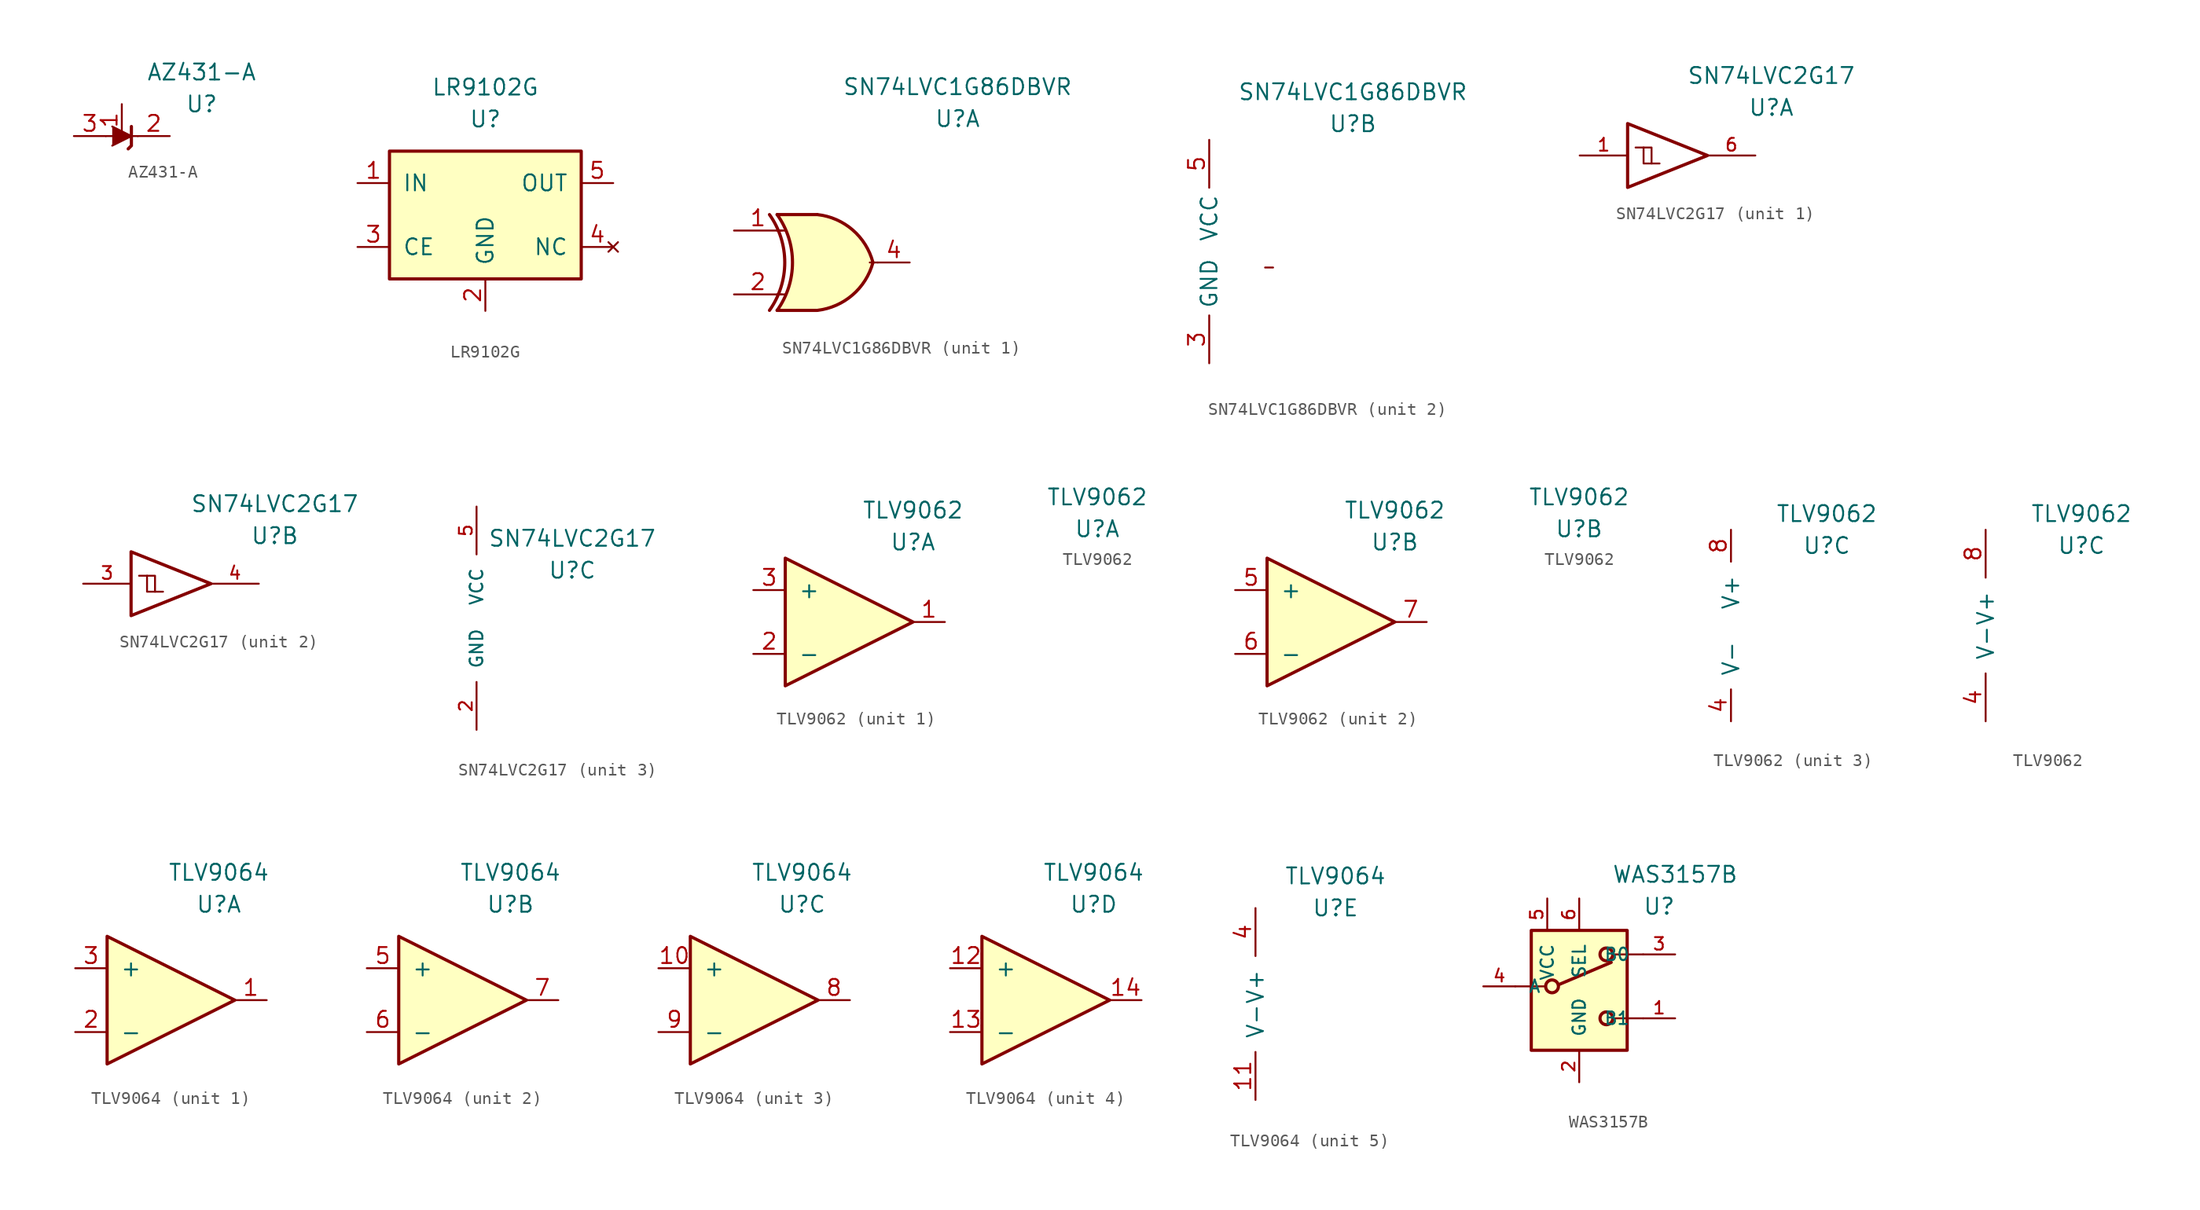
<source format=kicad_sym>
(kicad_symbol_lib
  (version 20211014)
  (generator kicad_symbol_editor)
  (symbol "AZ431-A"
    (pin_names
      (offset 1.016) hide)
    (property "Reference" "U"
      (at 6.35 2.54 0)
      (effects (font (size 1.27 1.27))))
    (property "Value" "AZ431-A"
      (at 6.35 5.08 0)
      (effects (font (size 1.27 1.27))))
    (symbol "AZ431-A_1_1"
      (polyline (pts (xy -1.27 0) (xy 0 0) (xy 1.27 0)) (stroke (width 0) (type default) (color 0 0 0 0)) (fill (type none)))
      (polyline (pts (xy -0.762 0.762) (xy 0.762 0) (xy -0.762 -0.762)) (stroke (width 0) (type default) (color 0 0 0 0)) (fill (type outline)))
      (polyline (pts (xy 0.508 -1.016) (xy 0.762 -0.762) (xy 0.762 0.762) (xy 0.762 0.762)) (stroke (width 0.254) (type default) (color 0 0 0 0)) (fill (type none)))
      (pin passive line (at 0 2.54 270) (length 2.54) (name "REF" (effects (font (size 1.27 1.27)))) (number "1" (effects (font (size 1.27 1.27)))))
      (pin passive line (at 3.81 0 180) (length 2.54) (name "K" (effects (font (size 1.27 1.27)))) (number "2" (effects (font (size 1.27 1.27)))))
      (pin passive line (at -3.81 0 0) (length 2.54) (name "A" (effects (font (size 1.27 1.27)))) (number "3" (effects (font (size 1.27 1.27)))))))
  (symbol "LR9102G"
    (pin_names
      (offset 1.016))
    (property "Reference" "U"
      (at 0 7.62 0)
      (effects (font (size 1.27 1.27))))
    (property "Value" "LR9102G"
      (at 0 10.16 0)
      (effects (font (size 1.27 1.27))))
    (symbol "LR9102G_1_1"
      (rectangle (start -7.62 5.08) (end 7.62 -5.08) (stroke (width 0.254) (type default) (color 0 0 0 0)) (fill (type background)))
      (pin power_in line (at -10.16 2.54 0) (length 2.54) (name "IN" (effects (font (size 1.27 1.27)))) (number "1" (effects (font (size 1.27 1.27)))))
      (pin power_in line (at 0 -7.62 90) (length 2.54) (name "GND" (effects (font (size 1.27 1.27)))) (number "2" (effects (font (size 1.27 1.27)))))
      (pin input line (at -10.16 -2.54 0) (length 2.54) (name "CE" (effects (font (size 1.27 1.27)))) (number "3" (effects (font (size 1.27 1.27)))))
      (pin no_connect line (at 10.16 -2.54 180) (length 2.54) (name "NC" (effects (font (size 1.27 1.27)))) (number "4" (effects (font (size 1.27 1.27)))))
      (pin power_out line (at 10.16 2.54 180) (length 2.54) (name "OUT" (effects (font (size 1.27 1.27)))) (number "5" (effects (font (size 1.27 1.27)))))))
  (symbol "SN74LVC1G86DBVR"
    (property "Reference" "U"
      (at 11.43 10.16 0)
      (effects (font (size 1.27 1.27))))
    (property "Value" "SN74LVC1G86DBVR"
      (at 11.43 12.7 0)
      (effects (font (size 1.27 1.27))))
    (property "ki_locked" ""
      (at 0 0 0)
      (effects (font (size 1.27 1.27))))
    (symbol "SN74LVC1G86DBVR_0_1"
      (polyline (pts (xy 5.08 -1.27) (xy 4.445 -1.27)) (stroke (width 0) (type default) (color 0 0 0 0)) (fill (type none))))
    (symbol "SN74LVC1G86DBVR_1_0"
      (arc (start -3.5308 -5.08) (mid -2.3145 -1.27) (end -3.5308 2.54) (stroke (width 0.254) (type default) (color 0 0 0 0)) (fill (type none)))
      (arc (start -2.9212 -5.08) (mid -1.7002 -1.27) (end -2.9212 2.54) (stroke (width 0.254) (type default) (color 0 0 0 0)) (fill (type none)))
      (polyline (pts (xy -2.921 -5.08) (xy 0.254 -5.08)) (stroke (width 0.254) (type default) (color 0 0 0 0)) (fill (type background)))
      (polyline (pts (xy -2.921 2.54) (xy 0.254 2.54)) (stroke (width 0.254) (type default) (color 0 0 0 0)) (fill (type background)))
      (polyline (pts (xy 0.254 2.54) (xy -2.921 2.54) (xy -2.921 2.54) (xy -2.667 2.134) (xy -2.134 0.991) (xy -1.804 -0.229) (xy -1.727 -1.524) (xy -1.88 -2.769) (xy -2.286 -3.988) (xy -2.921 -5.08) (xy -2.921 -5.08) (xy 0.254 -5.08)) (stroke (width -25.4) (type default) (color 0 0 0 0)) (fill (type background)))
      (arc (start 0.2792 -5.08) (mid 3.0743 -3.854) (end 4.6988 -1.27) (stroke (width 0.254) (type default) (color 0 0 0 0)) (fill (type background)))
      (arc (start 4.6988 -1.27) (mid 3.0816 1.3225) (end 0.2792 2.54) (stroke (width 0.254) (type default) (color 0 0 0 0)) (fill (type background)))
      (pin input line (at -6.35 1.27 0) (length 3.81) (name "~" (effects (font (size 1.27 1.27)))) (number "1" (effects (font (size 1.27 1.27)))))
      (pin input line (at -6.35 -3.81 0) (length 3.81) (name "~" (effects (font (size 1.27 1.27)))) (number "2" (effects (font (size 1.27 1.27)))))
      (pin output line (at 7.62 -1.27 180) (length 2.54) (name "~" (effects (font (size 1.27 1.27)))) (number "4" (effects (font (size 1.27 1.27))))))
    (symbol "SN74LVC1G86DBVR_1_1"
      (polyline (pts (xy -2.921 -3.81) (xy -2.286 -3.81)) (stroke (width 0.152) (type default) (color 0 0 0 0)) (fill (type none)))
      (polyline (pts (xy -2.921 1.27) (xy -2.286 1.27)) (stroke (width 0.152) (type default) (color 0 0 0 0)) (fill (type none))))
    (symbol "SN74LVC1G86DBVR_2_0"
      (pin power_in line (at 0 -8.89 90) (length 3.81) (name "GND" (effects (font (size 1.27 1.27)))) (number "3" (effects (font (size 1.27 1.27)))))
      (pin power_in line (at 0 8.89 270) (length 3.81) (name "VCC" (effects (font (size 1.27 1.27)))) (number "5" (effects (font (size 1.27 1.27)))))))
  (symbol "SN74LVC2G17"
    (pin_names
      (offset 1.016))
    (property "Reference" "U"
      (at 7.62 3.81 0)
      (effects (font (size 1.27 1.27))))
    (property "Value" "SN74LVC2G17"
      (at 7.62 6.35 0)
      (effects (font (size 1.27 1.27))))
    (property "ki_locked" ""
      (at 0 0 0)
      (effects (font (size 1.27 1.27))))
    (symbol "SN74LVC2G17_1_1"
      (polyline (pts (xy -2.54 0.635) (xy -1.905 0.635) (xy -1.905 -0.635)) (stroke (width 0) (type default) (color 0 0 0 0)) (fill (type none)))
      (polyline (pts (xy -3.81 2.54) (xy -3.81 -2.54) (xy 2.54 0) (xy -3.81 2.54)) (stroke (width 0.254) (type default) (color 0 0 0 0)) (fill (type none)))
      (polyline (pts (xy -3.175 0.635) (xy -2.54 0.635) (xy -2.54 -0.635) (xy -1.27 -0.635)) (stroke (width 0) (type default) (color 0 0 0 0)) (fill (type none)))
      (pin input line (at -7.62 0 0) (length 3.81) (name "~" (effects (font (size 1.016 1.016)))) (number "1" (effects (font (size 1.016 1.016)))))
      (pin output line (at 6.35 0 180) (length 3.81) (name "~" (effects (font (size 1.016 1.016)))) (number "6" (effects (font (size 1.016 1.016))))))
    (symbol "SN74LVC2G17_2_1"
      (polyline (pts (xy -2.54 0.635) (xy -1.905 0.635) (xy -1.905 -0.635)) (stroke (width 0) (type default) (color 0 0 0 0)) (fill (type none)))
      (polyline (pts (xy -3.81 2.54) (xy -3.81 -2.54) (xy 2.54 0) (xy -3.81 2.54)) (stroke (width 0.254) (type default) (color 0 0 0 0)) (fill (type none)))
      (polyline (pts (xy -3.175 0.635) (xy -2.54 0.635) (xy -2.54 -0.635) (xy -1.27 -0.635)) (stroke (width 0) (type default) (color 0 0 0 0)) (fill (type none)))
      (pin input line (at -7.62 0 0) (length 3.81) (name "~" (effects (font (size 1.016 1.016)))) (number "3" (effects (font (size 1.016 1.016)))))
      (pin output line (at 6.35 0 180) (length 3.81) (name "~" (effects (font (size 1.016 1.016)))) (number "4" (effects (font (size 1.016 1.016))))))
    (symbol "SN74LVC2G17_3_1"
      (pin power_in line (at 0 -8.89 90) (length 3.81) (name "GND" (effects (font (size 1.016 1.016)))) (number "2" (effects (font (size 1.016 1.016)))))
      (pin power_in line (at 0 8.89 270) (length 3.81) (name "VCC" (effects (font (size 1.016 1.016)))) (number "5" (effects (font (size 1.016 1.016)))))))
  (symbol "TLV9062"
    (pin_names
      (offset 1.016))
    (property "Reference" "U"
      (at 5.08 6.35 0)
      (effects (font (size 1.27 1.27))))
    (property "Value" "TLV9062"
      (at 5.08 8.89 0)
      (effects (font (size 1.27 1.27))))
    (property "ki_locked" ""
      (at 0 0 0)
      (effects (font (size 1.27 1.27))))
    (symbol "TLV9062_1_1"
      (polyline (pts (xy -5.08 5.08) (xy 5.08 0) (xy -5.08 -5.08) (xy -5.08 5.08)) (stroke (width 0.254) (type default) (color 0 0 0 0)) (fill (type background)))
      (pin output line (at 7.62 0 180) (length 2.54) (name "~" (effects (font (size 1.27 1.27)))) (number "1" (effects (font (size 1.27 1.27)))))
      (pin input line (at -7.62 -2.54 0) (length 2.54) (name "-" (effects (font (size 1.27 1.27)))) (number "2" (effects (font (size 1.27 1.27)))))
      (pin input line (at -7.62 2.54 0) (length 2.54) (name "+" (effects (font (size 1.27 1.27)))) (number "3" (effects (font (size 1.27 1.27))))))
    (symbol "TLV9062_2_1"
      (polyline (pts (xy -5.08 5.08) (xy 5.08 0) (xy -5.08 -5.08) (xy -5.08 5.08)) (stroke (width 0.254) (type default) (color 0 0 0 0)) (fill (type background)))
      (pin input line (at -7.62 2.54 0) (length 2.54) (name "+" (effects (font (size 1.27 1.27)))) (number "5" (effects (font (size 1.27 1.27)))))
      (pin input line (at -7.62 -2.54 0) (length 2.54) (name "-" (effects (font (size 1.27 1.27)))) (number "6" (effects (font (size 1.27 1.27)))))
      (pin output line (at 7.62 0 180) (length 2.54) (name "~" (effects (font (size 1.27 1.27)))) (number "7" (effects (font (size 1.27 1.27))))))
    (symbol "TLV9062_3_1"
      (pin power_in line (at -2.54 -7.62 90) (length 2.54) (name "V-" (effects (font (size 1.27 1.27)))) (number "4" (effects (font (size 1.27 1.27)))))
      (pin power_in line (at -2.54 7.62 270) (length 2.54) (name "V+" (effects (font (size 1.27 1.27)))) (number "8" (effects (font (size 1.27 1.27))))))
    (symbol "TLV9062_3_2"
      (pin power_in line (at -2.54 -7.62 90) (length 3.81) (name "V-" (effects (font (size 1.27 1.27)))) (number "4" (effects (font (size 1.27 1.27)))))
      (pin power_in line (at -2.54 7.62 270) (length 3.81) (name "V+" (effects (font (size 1.27 1.27)))) (number "8" (effects (font (size 1.27 1.27)))))))
  (symbol "TLV9064"
    (pin_names
      (offset 1.016))
    (property "Reference" "U"
      (at 3.81 7.62 0)
      (effects (font (size 1.27 1.27))))
    (property "Value" "TLV9064"
      (at 3.81 10.16 0)
      (effects (font (size 1.27 1.27))))
    (property "ki_locked" ""
      (at 0 0 0)
      (effects (font (size 1.27 1.27))))
    (symbol "TLV9064_1_1"
      (polyline (pts (xy -5.08 5.08) (xy 5.08 0) (xy -5.08 -5.08) (xy -5.08 5.08)) (stroke (width 0.254) (type default) (color 0 0 0 0)) (fill (type background)))
      (pin output line (at 7.62 0 180) (length 2.54) (name "~" (effects (font (size 1.27 1.27)))) (number "1" (effects (font (size 1.27 1.27)))))
      (pin input line (at -7.62 -2.54 0) (length 2.54) (name "-" (effects (font (size 1.27 1.27)))) (number "2" (effects (font (size 1.27 1.27)))))
      (pin input line (at -7.62 2.54 0) (length 2.54) (name "+" (effects (font (size 1.27 1.27)))) (number "3" (effects (font (size 1.27 1.27))))))
    (symbol "TLV9064_2_1"
      (polyline (pts (xy -5.08 5.08) (xy 5.08 0) (xy -5.08 -5.08) (xy -5.08 5.08)) (stroke (width 0.254) (type default) (color 0 0 0 0)) (fill (type background)))
      (pin input line (at -7.62 2.54 0) (length 2.54) (name "+" (effects (font (size 1.27 1.27)))) (number "5" (effects (font (size 1.27 1.27)))))
      (pin input line (at -7.62 -2.54 0) (length 2.54) (name "-" (effects (font (size 1.27 1.27)))) (number "6" (effects (font (size 1.27 1.27)))))
      (pin output line (at 7.62 0 180) (length 2.54) (name "~" (effects (font (size 1.27 1.27)))) (number "7" (effects (font (size 1.27 1.27))))))
    (symbol "TLV9064_3_1"
      (polyline (pts (xy -5.08 5.08) (xy 5.08 0) (xy -5.08 -5.08) (xy -5.08 5.08)) (stroke (width 0.254) (type default) (color 0 0 0 0)) (fill (type background)))
      (pin input line (at -7.62 2.54 0) (length 2.54) (name "+" (effects (font (size 1.27 1.27)))) (number "10" (effects (font (size 1.27 1.27)))))
      (pin output line (at 7.62 0 180) (length 2.54) (name "~" (effects (font (size 1.27 1.27)))) (number "8" (effects (font (size 1.27 1.27)))))
      (pin input line (at -7.62 -2.54 0) (length 2.54) (name "-" (effects (font (size 1.27 1.27)))) (number "9" (effects (font (size 1.27 1.27))))))
    (symbol "TLV9064_4_1"
      (polyline (pts (xy -5.08 5.08) (xy 5.08 0) (xy -5.08 -5.08) (xy -5.08 5.08)) (stroke (width 0.254) (type default) (color 0 0 0 0)) (fill (type background)))
      (pin input line (at -7.62 2.54 0) (length 2.54) (name "+" (effects (font (size 1.27 1.27)))) (number "12" (effects (font (size 1.27 1.27)))))
      (pin input line (at -7.62 -2.54 0) (length 2.54) (name "-" (effects (font (size 1.27 1.27)))) (number "13" (effects (font (size 1.27 1.27)))))
      (pin output line (at 7.62 0 180) (length 2.54) (name "~" (effects (font (size 1.27 1.27)))) (number "14" (effects (font (size 1.27 1.27))))))
    (symbol "TLV9064_5_1"
      (pin power_in line (at -2.54 -7.62 90) (length 3.81) (name "V-" (effects (font (size 1.27 1.27)))) (number "11" (effects (font (size 1.27 1.27)))))
      (pin power_in line (at -2.54 7.62 270) (length 3.81) (name "V+" (effects (font (size 1.27 1.27)))) (number "4" (effects (font (size 1.27 1.27)))))))
  (symbol "WAS3157B"
    (pin_names
      (offset 1.016))
    (property "Reference" "U"
      (at 6.35 6.35 0)
      (effects (font (size 1.27 1.27))))
    (property "Value" "WAS3157B"
      (at 7.62 8.89 0)
      (effects (font (size 1.27 1.27))))
    (symbol "WAS3157B_1_1"
      (rectangle (start -3.81 4.445) (end 3.81 -5.08) (stroke (width 0.254) (type default) (color 0 0 0 0)) (fill (type background)))
      (circle (center -2.159 0) (radius 0.508) (stroke (width 0.254) (type default) (color 0 0 0 0)) (fill (type none)))
      (polyline (pts (xy -5.08 0) (xy -2.794 0)) (stroke (width 0) (type default) (color 0 0 0 0)) (fill (type none)))
      (polyline (pts (xy -1.651 0.127) (xy 2.54 1.905)) (stroke (width 0.254) (type default) (color 0 0 0 0)) (fill (type none)))
      (polyline (pts (xy 5.08 -2.54) (xy 2.794 -2.54)) (stroke (width 0) (type default) (color 0 0 0 0)) (fill (type none)))
      (polyline (pts (xy 5.08 2.54) (xy 2.794 2.54)) (stroke (width 0) (type default) (color 0 0 0 0)) (fill (type none)))
      (circle (center 2.159 -2.54) (radius 0.508) (stroke (width 0.254) (type default) (color 0 0 0 0)) (fill (type none)))
      (circle (center 2.159 2.54) (radius 0.508) (stroke (width 0.254) (type default) (color 0 0 0 0)) (fill (type none)))
      (pin passive line (at 7.62 -2.54 180) (length 2.54) (name "B1" (effects (font (size 0.991 0.991)))) (number "1" (effects (font (size 0.991 0.991)))))
      (pin power_in line (at 0 -7.62 90) (length 2.54) (name "GND" (effects (font (size 0.991 0.991)))) (number "2" (effects (font (size 0.991 0.991)))))
      (pin passive line (at 7.62 2.54 180) (length 2.54) (name "B0" (effects (font (size 0.991 0.991)))) (number "3" (effects (font (size 0.991 0.991)))))
      (pin passive line (at -7.62 0 0) (length 2.54) (name "A" (effects (font (size 0.991 0.991)))) (number "4" (effects (font (size 0.991 0.991)))))
      (pin power_in line (at -2.54 6.985 270) (length 2.54) (name "VCC" (effects (font (size 0.991 0.991)))) (number "5" (effects (font (size 0.991 0.991)))))
      (pin input line (at 0 6.985 270) (length 2.54) (name "SEL" (effects (font (size 0.991 0.991)))) (number "6" (effects (font (size 0.991 0.991))))))))
</source>
